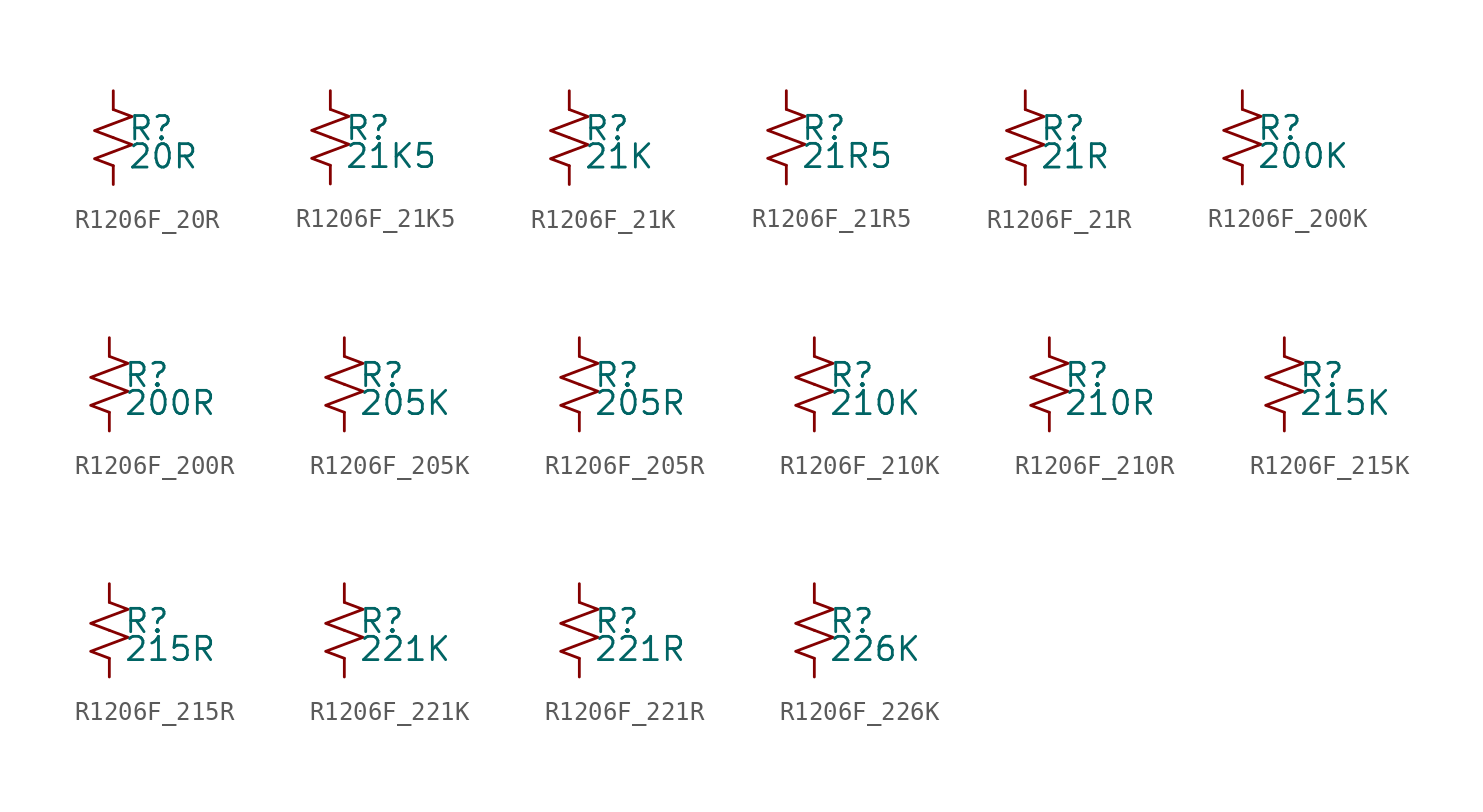
<source format=kicad_sym>
(kicad_symbol_lib
  (version 20220914)
  (generator kicad_symbol_editor)
  (symbol "R1206F_20R"
    (pin_numbers hide)
    (pin_names
      (offset 0.254) hide)
    (property "Reference" "R"
      (at 0.762 0.508 0)
      (effects (font (size 1.27 1.27)) (justify left)))
    (property "Value" "20R"
      (at 0.762 -1.016 0)
      (effects (font (size 1.27 1.27)) (justify left)))
    (symbol "R1206F_20R_1_1"
      (polyline (pts (xy 0 0) (xy 1.016 -0.381) (xy 0 -0.762) (xy -1.016 -1.143) (xy 0 -1.524)) (stroke (width 0) (type default)) (fill (type none)))
      (polyline (pts (xy 0 1.524) (xy 1.016 1.143) (xy 0 0.762) (xy -1.016 0.381) (xy 0 0)) (stroke (width 0) (type default)) (fill (type none)))
      (pin passive line (at 0 2.54 270) (length 1.016) (name "~" (effects (font (size 1.27 1.27)))) (number "1" (effects (font (size 1.27 1.27)))))
      (pin passive line (at 0 -2.54 90) (length 1.016) (name "~" (effects (font (size 1.27 1.27)))) (number "2" (effects (font (size 1.27 1.27)))))))
  (symbol "R1206F_21K5"
    (pin_numbers hide)
    (pin_names
      (offset 0.254) hide)
    (property "Reference" "R"
      (at 0.762 0.508 0)
      (effects (font (size 1.27 1.27)) (justify left)))
    (property "Value" "21K5"
      (at 0.762 -1.016 0)
      (effects (font (size 1.27 1.27)) (justify left)))
    (symbol "R1206F_21K5_1_1"
      (polyline (pts (xy 0 0) (xy 1.016 -0.381) (xy 0 -0.762) (xy -1.016 -1.143) (xy 0 -1.524)) (stroke (width 0) (type default)) (fill (type none)))
      (polyline (pts (xy 0 1.524) (xy 1.016 1.143) (xy 0 0.762) (xy -1.016 0.381) (xy 0 0)) (stroke (width 0) (type default)) (fill (type none)))
      (pin passive line (at 0 2.54 270) (length 1.016) (name "~" (effects (font (size 1.27 1.27)))) (number "1" (effects (font (size 1.27 1.27)))))
      (pin passive line (at 0 -2.54 90) (length 1.016) (name "~" (effects (font (size 1.27 1.27)))) (number "2" (effects (font (size 1.27 1.27)))))))
  (symbol "R1206F_21K"
    (pin_numbers hide)
    (pin_names
      (offset 0.254) hide)
    (property "Reference" "R"
      (at 0.762 0.508 0)
      (effects (font (size 1.27 1.27)) (justify left)))
    (property "Value" "21K"
      (at 0.762 -1.016 0)
      (effects (font (size 1.27 1.27)) (justify left)))
    (symbol "R1206F_21K_1_1"
      (polyline (pts (xy 0 0) (xy 1.016 -0.381) (xy 0 -0.762) (xy -1.016 -1.143) (xy 0 -1.524)) (stroke (width 0) (type default)) (fill (type none)))
      (polyline (pts (xy 0 1.524) (xy 1.016 1.143) (xy 0 0.762) (xy -1.016 0.381) (xy 0 0)) (stroke (width 0) (type default)) (fill (type none)))
      (pin passive line (at 0 2.54 270) (length 1.016) (name "~" (effects (font (size 1.27 1.27)))) (number "1" (effects (font (size 1.27 1.27)))))
      (pin passive line (at 0 -2.54 90) (length 1.016) (name "~" (effects (font (size 1.27 1.27)))) (number "2" (effects (font (size 1.27 1.27)))))))
  (symbol "R1206F_21R5"
    (pin_numbers hide)
    (pin_names
      (offset 0.254) hide)
    (property "Reference" "R"
      (at 0.762 0.508 0)
      (effects (font (size 1.27 1.27)) (justify left)))
    (property "Value" "21R5"
      (at 0.762 -1.016 0)
      (effects (font (size 1.27 1.27)) (justify left)))
    (symbol "R1206F_21R5_1_1"
      (polyline (pts (xy 0 0) (xy 1.016 -0.381) (xy 0 -0.762) (xy -1.016 -1.143) (xy 0 -1.524)) (stroke (width 0) (type default)) (fill (type none)))
      (polyline (pts (xy 0 1.524) (xy 1.016 1.143) (xy 0 0.762) (xy -1.016 0.381) (xy 0 0)) (stroke (width 0) (type default)) (fill (type none)))
      (pin passive line (at 0 2.54 270) (length 1.016) (name "~" (effects (font (size 1.27 1.27)))) (number "1" (effects (font (size 1.27 1.27)))))
      (pin passive line (at 0 -2.54 90) (length 1.016) (name "~" (effects (font (size 1.27 1.27)))) (number "2" (effects (font (size 1.27 1.27)))))))
  (symbol "R1206F_21R"
    (pin_numbers hide)
    (pin_names
      (offset 0.254) hide)
    (property "Reference" "R"
      (at 0.762 0.508 0)
      (effects (font (size 1.27 1.27)) (justify left)))
    (property "Value" "21R"
      (at 0.762 -1.016 0)
      (effects (font (size 1.27 1.27)) (justify left)))
    (symbol "R1206F_21R_1_1"
      (polyline (pts (xy 0 0) (xy 1.016 -0.381) (xy 0 -0.762) (xy -1.016 -1.143) (xy 0 -1.524)) (stroke (width 0) (type default)) (fill (type none)))
      (polyline (pts (xy 0 1.524) (xy 1.016 1.143) (xy 0 0.762) (xy -1.016 0.381) (xy 0 0)) (stroke (width 0) (type default)) (fill (type none)))
      (pin passive line (at 0 2.54 270) (length 1.016) (name "~" (effects (font (size 1.27 1.27)))) (number "1" (effects (font (size 1.27 1.27)))))
      (pin passive line (at 0 -2.54 90) (length 1.016) (name "~" (effects (font (size 1.27 1.27)))) (number "2" (effects (font (size 1.27 1.27)))))))
  (symbol "R1206F_200K"
    (pin_numbers hide)
    (pin_names
      (offset 0.254) hide)
    (property "Reference" "R"
      (at 0.762 0.508 0)
      (effects (font (size 1.27 1.27)) (justify left)))
    (property "Value" "200K"
      (at 0.762 -1.016 0)
      (effects (font (size 1.27 1.27)) (justify left)))
    (symbol "R1206F_200K_1_1"
      (polyline (pts (xy 0 0) (xy 1.016 -0.381) (xy 0 -0.762) (xy -1.016 -1.143) (xy 0 -1.524)) (stroke (width 0) (type default)) (fill (type none)))
      (polyline (pts (xy 0 1.524) (xy 1.016 1.143) (xy 0 0.762) (xy -1.016 0.381) (xy 0 0)) (stroke (width 0) (type default)) (fill (type none)))
      (pin passive line (at 0 2.54 270) (length 1.016) (name "~" (effects (font (size 1.27 1.27)))) (number "1" (effects (font (size 1.27 1.27)))))
      (pin passive line (at 0 -2.54 90) (length 1.016) (name "~" (effects (font (size 1.27 1.27)))) (number "2" (effects (font (size 1.27 1.27)))))))
  (symbol "R1206F_200R"
    (pin_numbers hide)
    (pin_names
      (offset 0.254) hide)
    (property "Reference" "R"
      (at 0.762 0.508 0)
      (effects (font (size 1.27 1.27)) (justify left)))
    (property "Value" "200R"
      (at 0.762 -1.016 0)
      (effects (font (size 1.27 1.27)) (justify left)))
    (symbol "R1206F_200R_1_1"
      (polyline (pts (xy 0 0) (xy 1.016 -0.381) (xy 0 -0.762) (xy -1.016 -1.143) (xy 0 -1.524)) (stroke (width 0) (type default)) (fill (type none)))
      (polyline (pts (xy 0 1.524) (xy 1.016 1.143) (xy 0 0.762) (xy -1.016 0.381) (xy 0 0)) (stroke (width 0) (type default)) (fill (type none)))
      (pin passive line (at 0 2.54 270) (length 1.016) (name "~" (effects (font (size 1.27 1.27)))) (number "1" (effects (font (size 1.27 1.27)))))
      (pin passive line (at 0 -2.54 90) (length 1.016) (name "~" (effects (font (size 1.27 1.27)))) (number "2" (effects (font (size 1.27 1.27)))))))
  (symbol "R1206F_205K"
    (pin_numbers hide)
    (pin_names
      (offset 0.254) hide)
    (property "Reference" "R"
      (at 0.762 0.508 0)
      (effects (font (size 1.27 1.27)) (justify left)))
    (property "Value" "205K"
      (at 0.762 -1.016 0)
      (effects (font (size 1.27 1.27)) (justify left)))
    (symbol "R1206F_205K_1_1"
      (polyline (pts (xy 0 0) (xy 1.016 -0.381) (xy 0 -0.762) (xy -1.016 -1.143) (xy 0 -1.524)) (stroke (width 0) (type default)) (fill (type none)))
      (polyline (pts (xy 0 1.524) (xy 1.016 1.143) (xy 0 0.762) (xy -1.016 0.381) (xy 0 0)) (stroke (width 0) (type default)) (fill (type none)))
      (pin passive line (at 0 2.54 270) (length 1.016) (name "~" (effects (font (size 1.27 1.27)))) (number "1" (effects (font (size 1.27 1.27)))))
      (pin passive line (at 0 -2.54 90) (length 1.016) (name "~" (effects (font (size 1.27 1.27)))) (number "2" (effects (font (size 1.27 1.27)))))))
  (symbol "R1206F_205R"
    (pin_numbers hide)
    (pin_names
      (offset 0.254) hide)
    (property "Reference" "R"
      (at 0.762 0.508 0)
      (effects (font (size 1.27 1.27)) (justify left)))
    (property "Value" "205R"
      (at 0.762 -1.016 0)
      (effects (font (size 1.27 1.27)) (justify left)))
    (symbol "R1206F_205R_1_1"
      (polyline (pts (xy 0 0) (xy 1.016 -0.381) (xy 0 -0.762) (xy -1.016 -1.143) (xy 0 -1.524)) (stroke (width 0) (type default)) (fill (type none)))
      (polyline (pts (xy 0 1.524) (xy 1.016 1.143) (xy 0 0.762) (xy -1.016 0.381) (xy 0 0)) (stroke (width 0) (type default)) (fill (type none)))
      (pin passive line (at 0 2.54 270) (length 1.016) (name "~" (effects (font (size 1.27 1.27)))) (number "1" (effects (font (size 1.27 1.27)))))
      (pin passive line (at 0 -2.54 90) (length 1.016) (name "~" (effects (font (size 1.27 1.27)))) (number "2" (effects (font (size 1.27 1.27)))))))
  (symbol "R1206F_210K"
    (pin_numbers hide)
    (pin_names
      (offset 0.254) hide)
    (property "Reference" "R"
      (at 0.762 0.508 0)
      (effects (font (size 1.27 1.27)) (justify left)))
    (property "Value" "210K"
      (at 0.762 -1.016 0)
      (effects (font (size 1.27 1.27)) (justify left)))
    (symbol "R1206F_210K_1_1"
      (polyline (pts (xy 0 0) (xy 1.016 -0.381) (xy 0 -0.762) (xy -1.016 -1.143) (xy 0 -1.524)) (stroke (width 0) (type default)) (fill (type none)))
      (polyline (pts (xy 0 1.524) (xy 1.016 1.143) (xy 0 0.762) (xy -1.016 0.381) (xy 0 0)) (stroke (width 0) (type default)) (fill (type none)))
      (pin passive line (at 0 2.54 270) (length 1.016) (name "~" (effects (font (size 1.27 1.27)))) (number "1" (effects (font (size 1.27 1.27)))))
      (pin passive line (at 0 -2.54 90) (length 1.016) (name "~" (effects (font (size 1.27 1.27)))) (number "2" (effects (font (size 1.27 1.27)))))))
  (symbol "R1206F_210R"
    (pin_numbers hide)
    (pin_names
      (offset 0.254) hide)
    (property "Reference" "R"
      (at 0.762 0.508 0)
      (effects (font (size 1.27 1.27)) (justify left)))
    (property "Value" "210R"
      (at 0.762 -1.016 0)
      (effects (font (size 1.27 1.27)) (justify left)))
    (symbol "R1206F_210R_1_1"
      (polyline (pts (xy 0 0) (xy 1.016 -0.381) (xy 0 -0.762) (xy -1.016 -1.143) (xy 0 -1.524)) (stroke (width 0) (type default)) (fill (type none)))
      (polyline (pts (xy 0 1.524) (xy 1.016 1.143) (xy 0 0.762) (xy -1.016 0.381) (xy 0 0)) (stroke (width 0) (type default)) (fill (type none)))
      (pin passive line (at 0 2.54 270) (length 1.016) (name "~" (effects (font (size 1.27 1.27)))) (number "1" (effects (font (size 1.27 1.27)))))
      (pin passive line (at 0 -2.54 90) (length 1.016) (name "~" (effects (font (size 1.27 1.27)))) (number "2" (effects (font (size 1.27 1.27)))))))
  (symbol "R1206F_215K"
    (pin_numbers hide)
    (pin_names
      (offset 0.254) hide)
    (property "Reference" "R"
      (at 0.762 0.508 0)
      (effects (font (size 1.27 1.27)) (justify left)))
    (property "Value" "215K"
      (at 0.762 -1.016 0)
      (effects (font (size 1.27 1.27)) (justify left)))
    (symbol "R1206F_215K_1_1"
      (polyline (pts (xy 0 0) (xy 1.016 -0.381) (xy 0 -0.762) (xy -1.016 -1.143) (xy 0 -1.524)) (stroke (width 0) (type default)) (fill (type none)))
      (polyline (pts (xy 0 1.524) (xy 1.016 1.143) (xy 0 0.762) (xy -1.016 0.381) (xy 0 0)) (stroke (width 0) (type default)) (fill (type none)))
      (pin passive line (at 0 2.54 270) (length 1.016) (name "~" (effects (font (size 1.27 1.27)))) (number "1" (effects (font (size 1.27 1.27)))))
      (pin passive line (at 0 -2.54 90) (length 1.016) (name "~" (effects (font (size 1.27 1.27)))) (number "2" (effects (font (size 1.27 1.27)))))))
  (symbol "R1206F_215R"
    (pin_numbers hide)
    (pin_names
      (offset 0.254) hide)
    (property "Reference" "R"
      (at 0.762 0.508 0)
      (effects (font (size 1.27 1.27)) (justify left)))
    (property "Value" "215R"
      (at 0.762 -1.016 0)
      (effects (font (size 1.27 1.27)) (justify left)))
    (symbol "R1206F_215R_1_1"
      (polyline (pts (xy 0 0) (xy 1.016 -0.381) (xy 0 -0.762) (xy -1.016 -1.143) (xy 0 -1.524)) (stroke (width 0) (type default)) (fill (type none)))
      (polyline (pts (xy 0 1.524) (xy 1.016 1.143) (xy 0 0.762) (xy -1.016 0.381) (xy 0 0)) (stroke (width 0) (type default)) (fill (type none)))
      (pin passive line (at 0 2.54 270) (length 1.016) (name "~" (effects (font (size 1.27 1.27)))) (number "1" (effects (font (size 1.27 1.27)))))
      (pin passive line (at 0 -2.54 90) (length 1.016) (name "~" (effects (font (size 1.27 1.27)))) (number "2" (effects (font (size 1.27 1.27)))))))
  (symbol "R1206F_221K"
    (pin_numbers hide)
    (pin_names
      (offset 0.254) hide)
    (property "Reference" "R"
      (at 0.762 0.508 0)
      (effects (font (size 1.27 1.27)) (justify left)))
    (property "Value" "221K"
      (at 0.762 -1.016 0)
      (effects (font (size 1.27 1.27)) (justify left)))
    (symbol "R1206F_221K_1_1"
      (polyline (pts (xy 0 0) (xy 1.016 -0.381) (xy 0 -0.762) (xy -1.016 -1.143) (xy 0 -1.524)) (stroke (width 0) (type default)) (fill (type none)))
      (polyline (pts (xy 0 1.524) (xy 1.016 1.143) (xy 0 0.762) (xy -1.016 0.381) (xy 0 0)) (stroke (width 0) (type default)) (fill (type none)))
      (pin passive line (at 0 2.54 270) (length 1.016) (name "~" (effects (font (size 1.27 1.27)))) (number "1" (effects (font (size 1.27 1.27)))))
      (pin passive line (at 0 -2.54 90) (length 1.016) (name "~" (effects (font (size 1.27 1.27)))) (number "2" (effects (font (size 1.27 1.27)))))))
  (symbol "R1206F_221R"
    (pin_numbers hide)
    (pin_names
      (offset 0.254) hide)
    (property "Reference" "R"
      (at 0.762 0.508 0)
      (effects (font (size 1.27 1.27)) (justify left)))
    (property "Value" "221R"
      (at 0.762 -1.016 0)
      (effects (font (size 1.27 1.27)) (justify left)))
    (symbol "R1206F_221R_1_1"
      (polyline (pts (xy 0 0) (xy 1.016 -0.381) (xy 0 -0.762) (xy -1.016 -1.143) (xy 0 -1.524)) (stroke (width 0) (type default)) (fill (type none)))
      (polyline (pts (xy 0 1.524) (xy 1.016 1.143) (xy 0 0.762) (xy -1.016 0.381) (xy 0 0)) (stroke (width 0) (type default)) (fill (type none)))
      (pin passive line (at 0 2.54 270) (length 1.016) (name "~" (effects (font (size 1.27 1.27)))) (number "1" (effects (font (size 1.27 1.27)))))
      (pin passive line (at 0 -2.54 90) (length 1.016) (name "~" (effects (font (size 1.27 1.27)))) (number "2" (effects (font (size 1.27 1.27)))))))
  (symbol "R1206F_226K"
    (pin_numbers hide)
    (pin_names
      (offset 0.254) hide)
    (property "Reference" "R"
      (at 0.762 0.508 0)
      (effects (font (size 1.27 1.27)) (justify left)))
    (property "Value" "226K"
      (at 0.762 -1.016 0)
      (effects (font (size 1.27 1.27)) (justify left)))
    (symbol "R1206F_226K_1_1"
      (polyline (pts (xy 0 0) (xy 1.016 -0.381) (xy 0 -0.762) (xy -1.016 -1.143) (xy 0 -1.524)) (stroke (width 0) (type default)) (fill (type none)))
      (polyline (pts (xy 0 1.524) (xy 1.016 1.143) (xy 0 0.762) (xy -1.016 0.381) (xy 0 0)) (stroke (width 0) (type default)) (fill (type none)))
      (pin passive line (at 0 2.54 270) (length 1.016) (name "~" (effects (font (size 1.27 1.27)))) (number "1" (effects (font (size 1.27 1.27)))))
      (pin passive line (at 0 -2.54 90) (length 1.016) (name "~" (effects (font (size 1.27 1.27)))) (number "2" (effects (font (size 1.27 1.27))))))))
</source>
